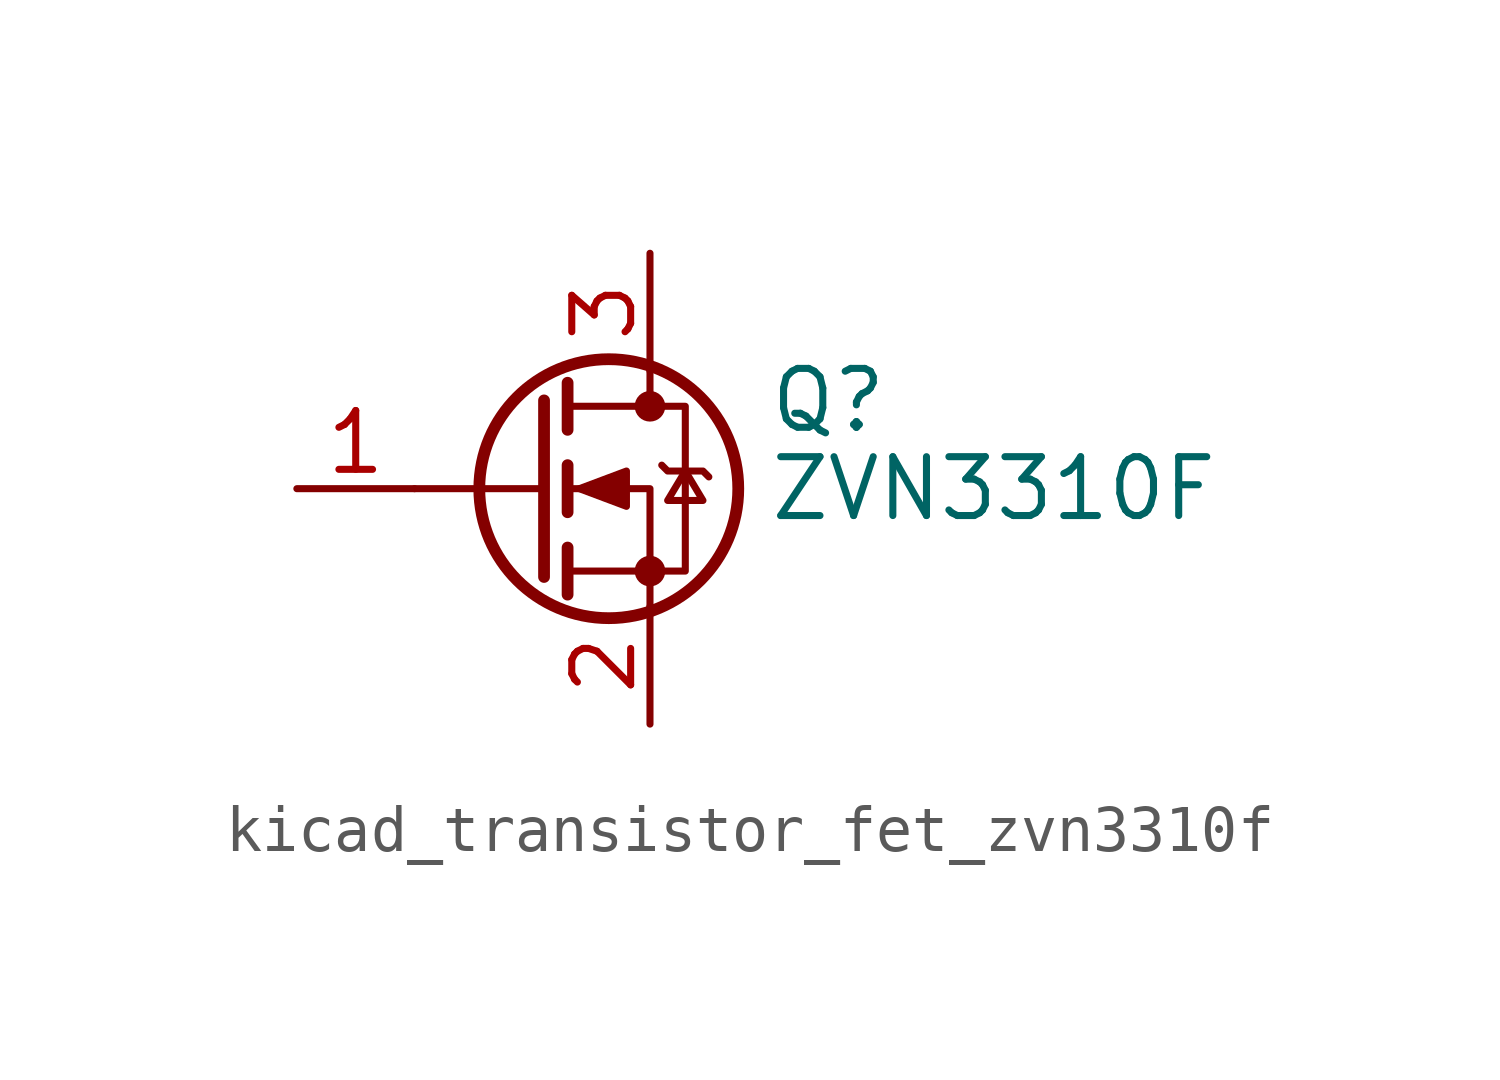
<source format=kicad_sym>
(kicad_symbol_lib
  (version 20220914)
  (generator kicad_symbol_editor)
  (symbol "kicad_transistor_fet_zvn3310f"
    (pin_names hide)
    (property "Reference" "Q"
      (at 5.08 1.905 0)
      (effects (font (size 1.27 1.27)) (justify left)))
    (property "Value" "ZVN3310F"
      (at 5.08 0 0)
      (effects (font (size 1.27 1.27)) (justify left)))
    (symbol "kicad_transistor_fet_zvn3310f_0_1"
      (polyline (pts (xy 0.254 0) (xy -2.54 0)) (stroke (width 0) (type default)) (fill (type none)))
      (polyline (pts (xy 0.254 1.905) (xy 0.254 -1.905)) (stroke (width 0.254) (type default)) (fill (type none)))
      (polyline (pts (xy 0.762 -1.27) (xy 0.762 -2.286)) (stroke (width 0.254) (type default)) (fill (type none)))
      (polyline (pts (xy 0.762 0.508) (xy 0.762 -0.508)) (stroke (width 0.254) (type default)) (fill (type none)))
      (polyline (pts (xy 0.762 2.286) (xy 0.762 1.27)) (stroke (width 0.254) (type default)) (fill (type none)))
      (polyline (pts (xy 2.54 2.54) (xy 2.54 1.778)) (stroke (width 0) (type default)) (fill (type none)))
      (polyline (pts (xy 2.54 -2.54) (xy 2.54 0) (xy 0.762 0)) (stroke (width 0) (type default)) (fill (type none)))
      (polyline (pts (xy 0.762 -1.778) (xy 3.302 -1.778) (xy 3.302 1.778) (xy 0.762 1.778)) (stroke (width 0) (type default)) (fill (type none)))
      (polyline (pts (xy 1.016 0) (xy 2.032 0.381) (xy 2.032 -0.381) (xy 1.016 0)) (stroke (width 0) (type default)) (fill (type outline)))
      (polyline (pts (xy 2.794 0.508) (xy 2.921 0.381) (xy 3.683 0.381) (xy 3.81 0.254)) (stroke (width 0) (type default)) (fill (type none)))
      (polyline (pts (xy 3.302 0.381) (xy 2.921 -0.254) (xy 3.683 -0.254) (xy 3.302 0.381)) (stroke (width 0) (type default)) (fill (type none)))
      (circle (center 1.651 0) (radius 2.794) (stroke (width 0.254) (type default)) (fill (type none)))
      (circle (center 2.54 -1.778) (radius 0.254) (stroke (width 0) (type default)) (fill (type outline)))
      (circle (center 2.54 1.778) (radius 0.254) (stroke (width 0) (type default)) (fill (type outline))))
    (symbol "kicad_transistor_fet_zvn3310f_1_1"
      (pin input line (at -5.08 0 0) (length 2.54) (name "G" (effects (font (size 1.27 1.27)))) (number "1" (effects (font (size 1.27 1.27)))))
      (pin passive line (at 2.54 -5.08 90) (length 2.54) (name "S" (effects (font (size 1.27 1.27)))) (number "2" (effects (font (size 1.27 1.27)))))
      (pin passive line (at 2.54 5.08 270) (length 2.54) (name "D" (effects (font (size 1.27 1.27)))) (number "3" (effects (font (size 1.27 1.27))))))))
</source>
